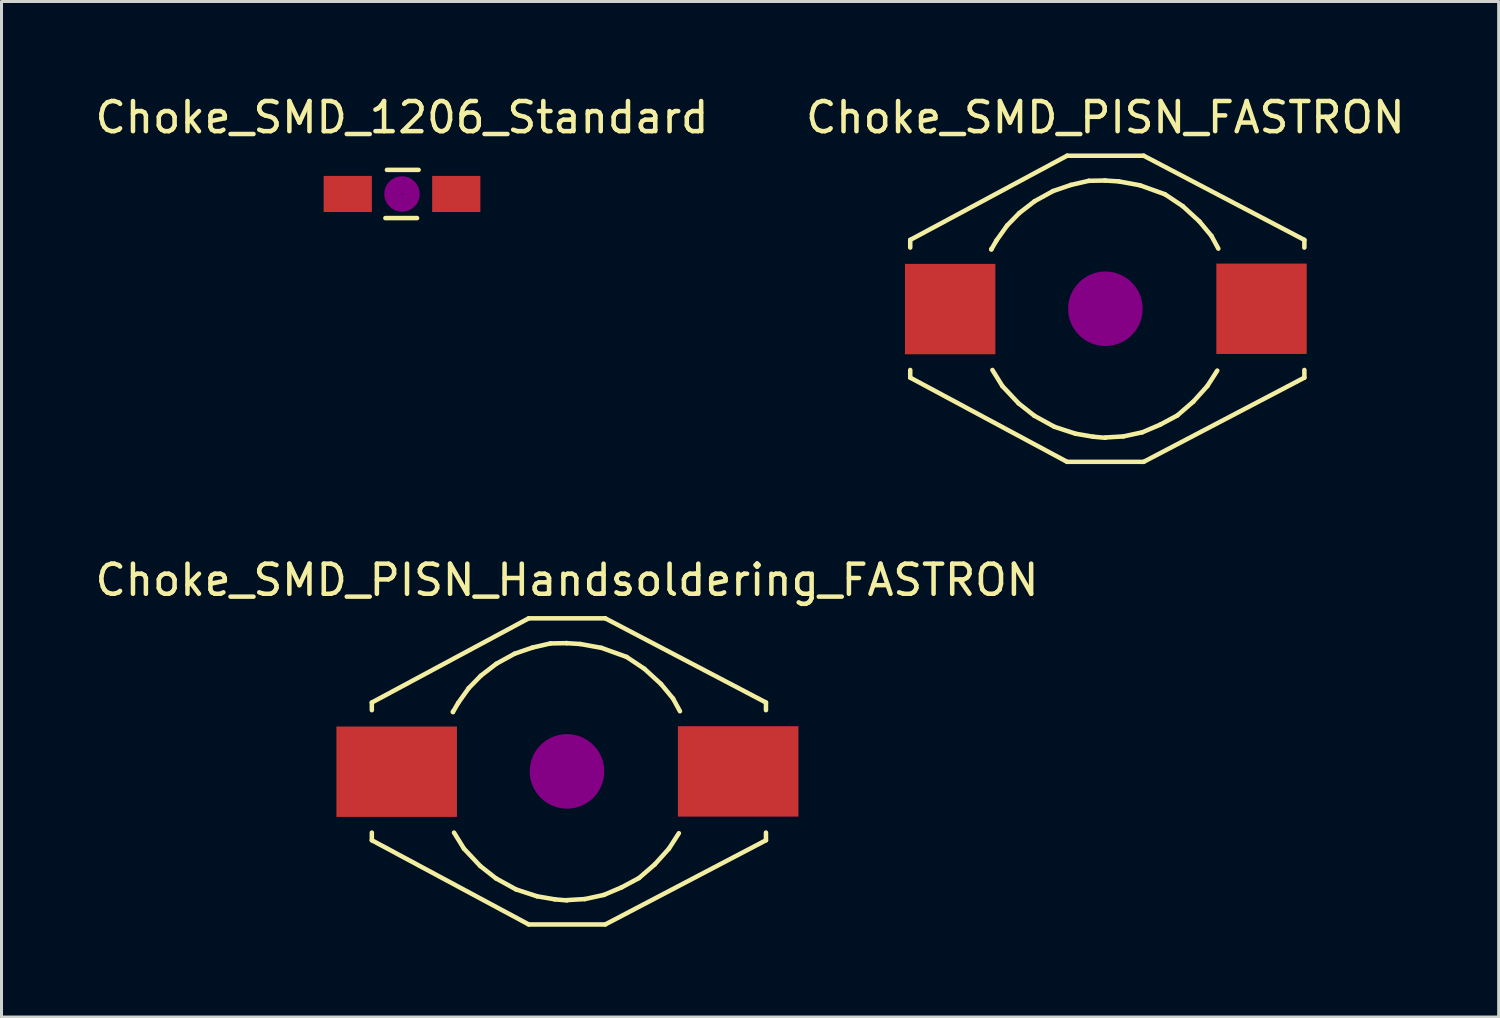
<source format=kicad_pcb>
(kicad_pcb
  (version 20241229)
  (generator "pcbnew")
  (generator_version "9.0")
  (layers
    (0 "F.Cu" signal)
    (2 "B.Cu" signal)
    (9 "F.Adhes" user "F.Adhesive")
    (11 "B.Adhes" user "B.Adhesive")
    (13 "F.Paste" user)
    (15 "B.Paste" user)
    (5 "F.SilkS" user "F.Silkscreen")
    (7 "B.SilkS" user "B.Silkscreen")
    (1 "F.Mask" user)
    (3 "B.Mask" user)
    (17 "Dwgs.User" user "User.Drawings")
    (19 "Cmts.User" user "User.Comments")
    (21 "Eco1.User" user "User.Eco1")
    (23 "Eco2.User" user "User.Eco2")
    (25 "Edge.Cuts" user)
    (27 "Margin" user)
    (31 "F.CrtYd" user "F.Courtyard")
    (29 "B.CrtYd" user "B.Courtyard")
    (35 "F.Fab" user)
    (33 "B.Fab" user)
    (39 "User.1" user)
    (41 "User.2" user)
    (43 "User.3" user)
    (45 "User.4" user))
  (footprint "Choke_SMD_PISN_Handsoldering_FASTRON"
    (layer "F.Cu")
    (at 15.768 22.552)
    (property "Reference" "Choke_SMD_PISN_Handsoldering_FASTRON" (at 0 -6.35 0) (layer "F.SilkS") (effects (font (size 1 1) (thickness 0.15))))
    (attr smd)
    (fp_line (start -6.477 -2.286) (end -6.477 -2.032) (stroke (width 0.15) (type solid)) (layer "F.SilkS"))
    (fp_line (start -6.477 2.286) (end -6.477 2.032) (stroke (width 0.15) (type solid)) (layer "F.SilkS"))
    (fp_line (start -3.785 -1.971) (end -3.785 -1.986) (stroke (width 0.15) (type solid)) (layer "F.SilkS"))
    (fp_line (start -3.612 -2.271) (end -3.785 -1.971) (stroke (width 0.15) (type solid)) (layer "F.SilkS"))
    (fp_line (start -3.419 2.565) (end -3.749 2.032) (stroke (width 0.15) (type solid)) (layer "F.SilkS"))
    (fp_line (start -3.261 -2.764) (end -3.612 -2.271) (stroke (width 0.15) (type solid)) (layer "F.SilkS"))
    (fp_line (start -2.88 3.139) (end -3.419 2.565) (stroke (width 0.15) (type solid)) (layer "F.SilkS"))
    (fp_line (start -2.86 -3.175) (end -3.261 -2.764) (stroke (width 0.15) (type solid)) (layer "F.SilkS"))
    (fp_line (start -2.357 3.551) (end -2.88 3.139) (stroke (width 0.15) (type solid)) (layer "F.SilkS"))
    (fp_line (start -2.347 -3.571) (end -2.86 -3.175) (stroke (width 0.15) (type solid)) (layer "F.SilkS"))
    (fp_line (start -1.737 -3.907) (end -2.347 -3.571) (stroke (width 0.15) (type solid)) (layer "F.SilkS"))
    (fp_line (start -1.692 3.917) (end -2.357 3.551) (stroke (width 0.15) (type solid)) (layer "F.SilkS"))
    (fp_line (start -1.27 -5.08) (end -6.477 -2.286) (stroke (width 0.15) (type solid)) (layer "F.SilkS"))
    (fp_line (start -1.27 -5.08) (end 1.27 -5.08) (stroke (width 0.15) (type solid)) (layer "F.SilkS"))
    (fp_line (start -1.27 5.08) (end -6.477 2.286) (stroke (width 0.15) (type solid)) (layer "F.SilkS"))
    (fp_line (start -1.27 5.08) (end 1.27 5.08) (stroke (width 0.15) (type solid)) (layer "F.SilkS"))
    (fp_line (start -1.143 -4.11) (end -1.737 -3.907) (stroke (width 0.15) (type solid)) (layer "F.SilkS"))
    (fp_line (start -0.996 4.145) (end -1.692 3.917) (stroke (width 0.15) (type solid)) (layer "F.SilkS"))
    (fp_line (start -0.549 -4.247) (end -1.143 -4.11) (stroke (width 0.15) (type solid)) (layer "F.SilkS"))
    (fp_line (start -0.401 4.247) (end -0.996 4.145) (stroke (width 0.15) (type solid)) (layer "F.SilkS"))
    (fp_line (start -0.025 -4.257) (end 0.447 -4.227) (stroke (width 0.15) (type solid)) (layer "F.SilkS"))
    (fp_line (start 0 -4.257) (end -0.549 -4.247) (stroke (width 0.15) (type solid)) (layer "F.SilkS"))
    (fp_line (start 0 4.272) (end 0.594 4.237) (stroke (width 0.15) (type solid)) (layer "F.SilkS"))
    (fp_line (start 0 4.282) (end -0.401 4.247) (stroke (width 0.15) (type solid)) (layer "F.SilkS"))
    (fp_line (start 0.447 -4.227) (end 1.143 -4.1) (stroke (width 0.15) (type solid)) (layer "F.SilkS"))
    (fp_line (start 0.594 4.237) (end 1.224 4.1) (stroke (width 0.15) (type solid)) (layer "F.SilkS"))
    (fp_line (start 1.143 -4.1) (end 1.976 -3.8) (stroke (width 0.15) (type solid)) (layer "F.SilkS"))
    (fp_line (start 1.224 4.1) (end 1.819 3.846) (stroke (width 0.15) (type solid)) (layer "F.SilkS"))
    (fp_line (start 1.27 -5.08) (end 6.604 -2.286) (stroke (width 0.15) (type solid)) (layer "F.SilkS"))
    (fp_line (start 1.27 5.08) (end 6.604 2.286) (stroke (width 0.15) (type solid)) (layer "F.SilkS"))
    (fp_line (start 1.819 3.846) (end 2.388 3.541) (stroke (width 0.15) (type solid)) (layer "F.SilkS"))
    (fp_line (start 1.976 -3.8) (end 2.57 -3.404) (stroke (width 0.15) (type solid)) (layer "F.SilkS"))
    (fp_line (start 2.388 3.541) (end 2.916 3.084) (stroke (width 0.15) (type solid)) (layer "F.SilkS"))
    (fp_line (start 2.57 -3.404) (end 3.119 -2.901) (stroke (width 0.15) (type solid)) (layer "F.SilkS"))
    (fp_line (start 2.916 3.084) (end 3.383 2.565) (stroke (width 0.15) (type solid)) (layer "F.SilkS"))
    (fp_line (start 3.119 -2.901) (end 3.52 -2.418) (stroke (width 0.15) (type solid)) (layer "F.SilkS"))
    (fp_line (start 3.383 2.565) (end 3.713 2.052) (stroke (width 0.15) (type solid)) (layer "F.SilkS"))
    (fp_line (start 3.52 -2.418) (end 3.749 -1.996) (stroke (width 0.15) (type solid)) (layer "F.SilkS"))
    (fp_line (start 6.604 -2.286) (end 6.604 -2.032) (stroke (width 0.15) (type solid)) (layer "F.SilkS"))
    (fp_line (start 6.604 2.286) (end 6.604 2.032) (stroke (width 0.15) (type solid)) (layer "F.SilkS"))
    (fp_line (start 0 -0.254) (end 0 0.254) (stroke (width 0.381) (type solid)) (layer "F.Adhes"))
    (fp_circle (center 0 0) (end 0 0.508) (stroke (width 0.381) (type solid)) (fill no) (layer "F.Adhes"))
    (fp_circle (center 0 0) (end 0.254 0) (stroke (width 0.381) (type solid)) (fill no) (layer "F.Adhes"))
    (fp_circle (center 0 0) (end 0.254 0.762) (stroke (width 0.381) (type solid)) (fill no) (layer "F.Adhes"))
    (fp_circle (center 0 0) (end 0.254 1.016) (stroke (width 0.381) (type solid)) (fill no) (layer "F.Adhes"))
    (pad "1" smd rect (at 5.682 0) (size 4 3) (layers "F.Cu" "F.Mask" "F.Paste"))
    (pad "2" smd rect (at -5.652 0.01) (size 4 3) (layers "F.Cu" "F.Mask" "F.Paste")))
  (footprint "Choke_SMD_PISN_FASTRON"
    (layer "F.Cu")
    (at 33.637 7.198)
    (property "Reference" "Choke_SMD_PISN_FASTRON" (at 0 -6.35 0) (layer "F.SilkS") (effects (font (size 1 1) (thickness 0.15))))
    (attr smd)
    (fp_line (start -6.477 -2.286) (end -6.477 -2.032) (stroke (width 0.15) (type solid)) (layer "F.SilkS"))
    (fp_line (start -6.477 2.286) (end -6.477 2.032) (stroke (width 0.15) (type solid)) (layer "F.SilkS"))
    (fp_line (start -3.785 -1.971) (end -3.785 -1.986) (stroke (width 0.15) (type solid)) (layer "F.SilkS"))
    (fp_line (start -3.612 -2.271) (end -3.785 -1.971) (stroke (width 0.15) (type solid)) (layer "F.SilkS"))
    (fp_line (start -3.419 2.565) (end -3.749 2.032) (stroke (width 0.15) (type solid)) (layer "F.SilkS"))
    (fp_line (start -3.261 -2.764) (end -3.612 -2.271) (stroke (width 0.15) (type solid)) (layer "F.SilkS"))
    (fp_line (start -2.88 3.139) (end -3.419 2.565) (stroke (width 0.15) (type solid)) (layer "F.SilkS"))
    (fp_line (start -2.86 -3.175) (end -3.261 -2.764) (stroke (width 0.15) (type solid)) (layer "F.SilkS"))
    (fp_line (start -2.357 3.551) (end -2.88 3.139) (stroke (width 0.15) (type solid)) (layer "F.SilkS"))
    (fp_line (start -2.347 -3.571) (end -2.86 -3.175) (stroke (width 0.15) (type solid)) (layer "F.SilkS"))
    (fp_line (start -1.737 -3.907) (end -2.347 -3.571) (stroke (width 0.15) (type solid)) (layer "F.SilkS"))
    (fp_line (start -1.692 3.917) (end -2.357 3.551) (stroke (width 0.15) (type solid)) (layer "F.SilkS"))
    (fp_line (start -1.27 -5.08) (end -6.477 -2.286) (stroke (width 0.15) (type solid)) (layer "F.SilkS"))
    (fp_line (start -1.27 -5.08) (end 1.27 -5.08) (stroke (width 0.15) (type solid)) (layer "F.SilkS"))
    (fp_line (start -1.27 5.08) (end -6.477 2.286) (stroke (width 0.15) (type solid)) (layer "F.SilkS"))
    (fp_line (start -1.27 5.08) (end 1.27 5.08) (stroke (width 0.15) (type solid)) (layer "F.SilkS"))
    (fp_line (start -1.143 -4.11) (end -1.737 -3.907) (stroke (width 0.15) (type solid)) (layer "F.SilkS"))
    (fp_line (start -0.996 4.145) (end -1.692 3.917) (stroke (width 0.15) (type solid)) (layer "F.SilkS"))
    (fp_line (start -0.549 -4.247) (end -1.143 -4.11) (stroke (width 0.15) (type solid)) (layer "F.SilkS"))
    (fp_line (start -0.401 4.247) (end -0.996 4.145) (stroke (width 0.15) (type solid)) (layer "F.SilkS"))
    (fp_line (start -0.025 -4.257) (end 0.447 -4.227) (stroke (width 0.15) (type solid)) (layer "F.SilkS"))
    (fp_line (start 0 -4.257) (end -0.549 -4.247) (stroke (width 0.15) (type solid)) (layer "F.SilkS"))
    (fp_line (start 0 4.272) (end 0.594 4.237) (stroke (width 0.15) (type solid)) (layer "F.SilkS"))
    (fp_line (start 0 4.282) (end -0.401 4.247) (stroke (width 0.15) (type solid)) (layer "F.SilkS"))
    (fp_line (start 0.447 -4.227) (end 1.143 -4.1) (stroke (width 0.15) (type solid)) (layer "F.SilkS"))
    (fp_line (start 0.594 4.237) (end 1.224 4.1) (stroke (width 0.15) (type solid)) (layer "F.SilkS"))
    (fp_line (start 1.143 -4.1) (end 1.976 -3.8) (stroke (width 0.15) (type solid)) (layer "F.SilkS"))
    (fp_line (start 1.224 4.1) (end 1.819 3.846) (stroke (width 0.15) (type solid)) (layer "F.SilkS"))
    (fp_line (start 1.27 -5.08) (end 6.604 -2.286) (stroke (width 0.15) (type solid)) (layer "F.SilkS"))
    (fp_line (start 1.27 5.08) (end 6.604 2.286) (stroke (width 0.15) (type solid)) (layer "F.SilkS"))
    (fp_line (start 1.819 3.846) (end 2.388 3.541) (stroke (width 0.15) (type solid)) (layer "F.SilkS"))
    (fp_line (start 1.976 -3.8) (end 2.57 -3.404) (stroke (width 0.15) (type solid)) (layer "F.SilkS"))
    (fp_line (start 2.388 3.541) (end 2.916 3.084) (stroke (width 0.15) (type solid)) (layer "F.SilkS"))
    (fp_line (start 2.57 -3.404) (end 3.119 -2.901) (stroke (width 0.15) (type solid)) (layer "F.SilkS"))
    (fp_line (start 2.916 3.084) (end 3.383 2.565) (stroke (width 0.15) (type solid)) (layer "F.SilkS"))
    (fp_line (start 3.119 -2.901) (end 3.52 -2.418) (stroke (width 0.15) (type solid)) (layer "F.SilkS"))
    (fp_line (start 3.383 2.565) (end 3.713 2.052) (stroke (width 0.15) (type solid)) (layer "F.SilkS"))
    (fp_line (start 3.52 -2.418) (end 3.749 -1.996) (stroke (width 0.15) (type solid)) (layer "F.SilkS"))
    (fp_line (start 6.604 -2.286) (end 6.604 -2.032) (stroke (width 0.15) (type solid)) (layer "F.SilkS"))
    (fp_line (start 6.604 2.286) (end 6.604 2.032) (stroke (width 0.15) (type solid)) (layer "F.SilkS"))
    (fp_line (start 0 -0.254) (end 0 0.254) (stroke (width 0.381) (type solid)) (layer "F.Adhes"))
    (fp_circle (center 0 0) (end 0 0.508) (stroke (width 0.381) (type solid)) (fill no) (layer "F.Adhes"))
    (fp_circle (center 0 0) (end 0.254 0) (stroke (width 0.381) (type solid)) (fill no) (layer "F.Adhes"))
    (fp_circle (center 0 0) (end 0.254 0.762) (stroke (width 0.381) (type solid)) (fill no) (layer "F.Adhes"))
    (fp_circle (center 0 0) (end 0.254 1.016) (stroke (width 0.381) (type solid)) (fill no) (layer "F.Adhes"))
    (pad "1" smd rect (at 5.182 0) (size 3 3) (layers "F.Cu" "F.Mask" "F.Paste"))
    (pad "2" smd rect (at -5.151 0.01) (size 3 3) (layers "F.Cu" "F.Mask" "F.Paste")))
  (footprint "Choke_SMD_1206_Standard"
    (layer "F.Cu")
    (at 10.292 3.388)
    (property "Reference" "Choke_SMD_1206_Standard" (at 0 -2.54 0) (layer "F.SilkS") (effects (font (size 1 1) (thickness 0.15))))
    (attr smd)
    (fp_line (start -0.551 0.8) (end 0.5 0.8) (stroke (width 0.15) (type solid)) (layer "F.SilkS"))
    (fp_line (start 0.551 -0.8) (end -0.5 -0.8) (stroke (width 0.15) (type solid)) (layer "F.SilkS"))
    (fp_circle (center 0 0) (end 0.201 -0.051) (stroke (width 0.381) (type solid)) (fill no) (layer "F.Adhes"))
    (fp_circle (center 0 0) (end 0.399 0) (stroke (width 0.381) (type solid)) (fill no) (layer "F.Adhes"))
    (pad "1" smd rect (at -1.801 0) (size 1.6 1.199) (layers "F.Cu" "F.Mask" "F.Paste"))
    (pad "2" smd rect (at 1.801 0) (size 1.6 1.199) (layers "F.Cu" "F.Mask" "F.Paste")))
  (gr_rect
    (start -3 -3)
    (end 46.69 30.706)
    (stroke (width 0.1) (type default))
    (fill no)
    (layer "Edge.Cuts")))
</source>
